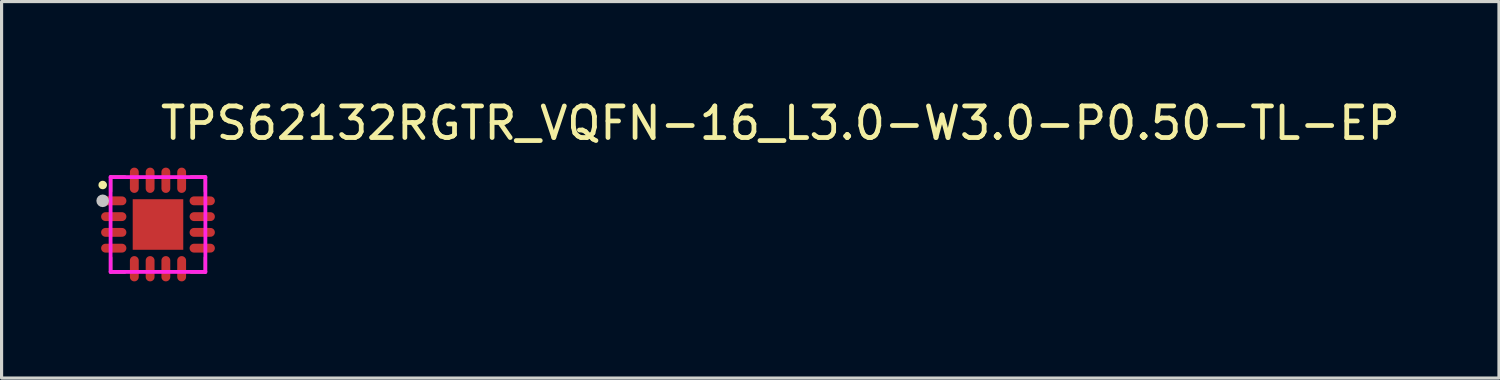
<source format=kicad_pcb>
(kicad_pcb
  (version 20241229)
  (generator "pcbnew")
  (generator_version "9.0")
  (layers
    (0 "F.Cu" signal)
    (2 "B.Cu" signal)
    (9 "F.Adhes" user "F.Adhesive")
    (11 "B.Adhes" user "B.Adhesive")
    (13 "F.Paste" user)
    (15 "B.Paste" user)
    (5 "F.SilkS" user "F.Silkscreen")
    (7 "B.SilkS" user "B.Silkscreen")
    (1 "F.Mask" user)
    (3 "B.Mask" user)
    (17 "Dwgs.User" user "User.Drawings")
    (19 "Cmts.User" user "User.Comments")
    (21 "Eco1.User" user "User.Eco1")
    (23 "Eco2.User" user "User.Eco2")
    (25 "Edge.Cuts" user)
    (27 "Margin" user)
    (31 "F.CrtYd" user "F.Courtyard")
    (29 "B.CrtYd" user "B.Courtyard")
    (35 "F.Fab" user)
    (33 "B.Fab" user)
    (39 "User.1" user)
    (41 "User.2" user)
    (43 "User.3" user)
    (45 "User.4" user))
  (footprint "TPS62132RGTR_VQFN-16_L3.0-W3.0-P0.50-TL-EP"
    (layer "F.Cu")
    (at 1.95 4.055)
    (property "Reference" "TPS62132RGTR_VQFN-16_L3.0-W3.0-P0.50-TL-EP" (at 0 -3.207 0) (layer "F.SilkS") (effects (font (size 1 1) (thickness 0.15)) (justify left)))
    (attr through_hole)
    (fp_line (start -1.5 -1.5) (end -1.5 -1.044) (stroke (width 0.102) (type solid)) (layer "F.SilkS"))
    (fp_line (start -1.5 1.044) (end -1.5 1.5) (stroke (width 0.102) (type solid)) (layer "F.SilkS"))
    (fp_line (start -1.5 1.5) (end -1.044 1.5) (stroke (width 0.102) (type solid)) (layer "F.SilkS"))
    (fp_line (start -1.044 -1.5) (end -1.5 -1.5) (stroke (width 0.102) (type solid)) (layer "F.SilkS"))
    (fp_line (start 1.044 1.5) (end 1.5 1.5) (stroke (width 0.102) (type solid)) (layer "F.SilkS"))
    (fp_line (start 1.5 -1.5) (end 1.044 -1.5) (stroke (width 0.102) (type solid)) (layer "F.SilkS"))
    (fp_line (start 1.5 -1.5) (end 1.5 -1.044) (stroke (width 0.102) (type solid)) (layer "F.SilkS"))
    (fp_line (start 1.5 1.044) (end 1.5 1.5) (stroke (width 0.102) (type solid)) (layer "F.SilkS"))
    (fp_arc (start -1.74 -1.249) (mid -1.760046 -1.249723) (end -1.74007 -1.25155) (stroke (width 0.25) (type solid)) (layer "F.SilkS"))
    (fp_poly (pts (xy -0.64 -0.64) (xy 0.64 -0.64) (xy 0.64 0.64) (xy -0.64 0.64)) (stroke (width 0.12) (type solid)) (fill yes) (layer "F.Paste"))
    (fp_poly (pts (xy -1.66 -0.609) (xy -1.687 -0.612) (xy -1.713 -0.62) (xy -1.737 -0.633) (xy -1.759 -0.65) (xy -1.776 -0.671) (xy -1.789 -0.696) (xy -1.797 -0.722) (xy -1.8 -0.749) (xy -1.797 -0.776) (xy -1.789 -0.803) (xy -1.776 -0.827) (xy -1.759 -0.848) (xy -1.737 -0.866) (xy -1.713 -0.878) (xy -1.687 -0.886) (xy -1.66 -0.889) (xy -1.139 -0.889) (xy -1.112 -0.886) (xy -1.086 -0.878) (xy -1.062 -0.866) (xy -1.04 -0.848) (xy -1.023 -0.827) (xy -1.01 -0.803) (xy -1.002 -0.776) (xy -0.999 -0.749) (xy -1.002 -0.722) (xy -1.01 -0.696) (xy -1.023 -0.671) (xy -1.04 -0.65) (xy -1.062 -0.633) (xy -1.086 -0.62) (xy -1.112 -0.612) (xy -1.139 -0.609)) (stroke (width 0.12) (type solid)) (fill yes) (layer "F.Paste"))
    (fp_poly (pts (xy -1.66 -0.109) (xy -1.687 -0.111) (xy -1.713 -0.119) (xy -1.737 -0.132) (xy -1.759 -0.15) (xy -1.776 -0.171) (xy -1.789 -0.195) (xy -1.797 -0.221) (xy -1.8 -0.249) (xy -1.797 -0.276) (xy -1.789 -0.302) (xy -1.776 -0.327) (xy -1.759 -0.348) (xy -1.737 -0.365) (xy -1.713 -0.378) (xy -1.687 -0.386) (xy -1.66 -0.389) (xy -1.139 -0.389) (xy -1.112 -0.386) (xy -1.086 -0.378) (xy -1.062 -0.365) (xy -1.04 -0.348) (xy -1.023 -0.327) (xy -1.01 -0.302) (xy -1.002 -0.276) (xy -0.999 -0.249) (xy -1.002 -0.221) (xy -1.01 -0.195) (xy -1.023 -0.171) (xy -1.04 -0.15) (xy -1.062 -0.132) (xy -1.086 -0.119) (xy -1.112 -0.111) (xy -1.139 -0.109)) (stroke (width 0.12) (type solid)) (fill yes) (layer "F.Paste"))
    (fp_poly (pts (xy -1.66 0.389) (xy -1.687 0.386) (xy -1.713 0.378) (xy -1.737 0.365) (xy -1.759 0.348) (xy -1.776 0.327) (xy -1.789 0.303) (xy -1.797 0.276) (xy -1.8 0.249) (xy -1.797 0.222) (xy -1.789 0.195) (xy -1.776 0.171) (xy -1.759 0.15) (xy -1.737 0.133) (xy -1.713 0.12) (xy -1.687 0.112) (xy -1.66 0.109) (xy -1.139 0.109) (xy -1.112 0.112) (xy -1.086 0.12) (xy -1.062 0.133) (xy -1.04 0.15) (xy -1.023 0.171) (xy -1.01 0.195) (xy -1.002 0.222) (xy -0.999 0.249) (xy -1.002 0.276) (xy -1.01 0.303) (xy -1.023 0.327) (xy -1.04 0.348) (xy -1.062 0.365) (xy -1.086 0.378) (xy -1.112 0.386) (xy -1.139 0.389)) (stroke (width 0.12) (type solid)) (fill yes) (layer "F.Paste"))
    (fp_poly (pts (xy -1.66 0.89) (xy -1.687 0.887) (xy -1.713 0.879) (xy -1.737 0.866) (xy -1.759 0.848) (xy -1.776 0.827) (xy -1.789 0.803) (xy -1.797 0.777) (xy -1.8 0.749) (xy -1.797 0.722) (xy -1.789 0.696) (xy -1.776 0.672) (xy -1.759 0.65) (xy -1.737 0.633) (xy -1.713 0.62) (xy -1.687 0.612) (xy -1.66 0.609) (xy -1.139 0.609) (xy -1.112 0.612) (xy -1.086 0.62) (xy -1.062 0.633) (xy -1.04 0.65) (xy -1.023 0.672) (xy -1.01 0.696) (xy -1.002 0.722) (xy -0.999 0.749) (xy -1.002 0.777) (xy -1.01 0.803) (xy -1.023 0.827) (xy -1.04 0.848) (xy -1.062 0.866) (xy -1.086 0.879) (xy -1.112 0.887) (xy -1.139 0.889)) (stroke (width 0.12) (type solid)) (fill yes) (layer "F.Paste"))
    (fp_poly (pts (xy -0.889 -1.659) (xy -0.887 -1.687) (xy -0.879 -1.713) (xy -0.866 -1.737) (xy -0.848 -1.758) (xy -0.827 -1.776) (xy -0.803 -1.789) (xy -0.777 -1.797) (xy -0.749 -1.799) (xy -0.722 -1.797) (xy -0.696 -1.789) (xy -0.671 -1.776) (xy -0.65 -1.758) (xy -0.633 -1.737) (xy -0.62 -1.713) (xy -0.612 -1.687) (xy -0.609 -1.659) (xy -0.609 -1.139) (xy -0.612 -1.112) (xy -0.62 -1.086) (xy -0.633 -1.062) (xy -0.65 -1.04) (xy -0.671 -1.023) (xy -0.696 -1.01) (xy -0.722 -1.002) (xy -0.749 -0.999) (xy -0.777 -1.002) (xy -0.803 -1.01) (xy -0.827 -1.023) (xy -0.848 -1.04) (xy -0.866 -1.062) (xy -0.879 -1.086) (xy -0.887 -1.112) (xy -0.889 -1.139)) (stroke (width 0.12) (type solid)) (fill yes) (layer "F.Paste"))
    (fp_poly (pts (xy -0.889 1.14) (xy -0.887 1.112) (xy -0.879 1.086) (xy -0.866 1.062) (xy -0.848 1.041) (xy -0.827 1.023) (xy -0.803 1.01) (xy -0.777 1.002) (xy -0.749 1) (xy -0.722 1.002) (xy -0.696 1.01) (xy -0.671 1.023) (xy -0.65 1.041) (xy -0.633 1.062) (xy -0.62 1.086) (xy -0.612 1.112) (xy -0.609 1.14) (xy -0.609 1.66) (xy -0.612 1.687) (xy -0.62 1.713) (xy -0.633 1.738) (xy -0.65 1.759) (xy -0.671 1.776) (xy -0.696 1.789) (xy -0.722 1.797) (xy -0.749 1.8) (xy -0.777 1.797) (xy -0.803 1.789) (xy -0.827 1.776) (xy -0.848 1.759) (xy -0.866 1.738) (xy -0.879 1.713) (xy -0.887 1.687) (xy -0.889 1.66)) (stroke (width 0.12) (type solid)) (fill yes) (layer "F.Paste"))
    (fp_poly (pts (xy -0.389 -1.659) (xy -0.386 -1.687) (xy -0.378 -1.713) (xy -0.365 -1.737) (xy -0.348 -1.758) (xy -0.327 -1.776) (xy -0.302 -1.789) (xy -0.276 -1.797) (xy -0.249 -1.799) (xy -0.222 -1.797) (xy -0.195 -1.789) (xy -0.171 -1.776) (xy -0.15 -1.758) (xy -0.132 -1.737) (xy -0.12 -1.713) (xy -0.112 -1.687) (xy -0.109 -1.659) (xy -0.109 -1.139) (xy -0.112 -1.112) (xy -0.12 -1.086) (xy -0.132 -1.062) (xy -0.15 -1.04) (xy -0.171 -1.023) (xy -0.195 -1.01) (xy -0.222 -1.002) (xy -0.249 -0.999) (xy -0.276 -1.002) (xy -0.302 -1.01) (xy -0.327 -1.023) (xy -0.348 -1.04) (xy -0.365 -1.062) (xy -0.378 -1.086) (xy -0.386 -1.112) (xy -0.389 -1.139)) (stroke (width 0.12) (type solid)) (fill yes) (layer "F.Paste"))
    (fp_poly (pts (xy -0.389 1.14) (xy -0.386 1.112) (xy -0.378 1.086) (xy -0.365 1.062) (xy -0.348 1.041) (xy -0.327 1.023) (xy -0.302 1.01) (xy -0.276 1.002) (xy -0.249 1) (xy -0.222 1.002) (xy -0.195 1.01) (xy -0.171 1.023) (xy -0.15 1.041) (xy -0.132 1.062) (xy -0.12 1.086) (xy -0.112 1.112) (xy -0.109 1.14) (xy -0.109 1.66) (xy -0.112 1.687) (xy -0.12 1.713) (xy -0.132 1.738) (xy -0.15 1.759) (xy -0.171 1.776) (xy -0.195 1.789) (xy -0.222 1.797) (xy -0.249 1.8) (xy -0.276 1.797) (xy -0.302 1.789) (xy -0.327 1.776) (xy -0.348 1.759) (xy -0.365 1.738) (xy -0.378 1.713) (xy -0.386 1.687) (xy -0.389 1.66)) (stroke (width 0.12) (type solid)) (fill yes) (layer "F.Paste"))
    (fp_poly (pts (xy 0.109 -1.659) (xy 0.112 -1.687) (xy 0.12 -1.713) (xy 0.133 -1.737) (xy 0.15 -1.758) (xy 0.171 -1.776) (xy 0.195 -1.789) (xy 0.222 -1.797) (xy 0.249 -1.799) (xy 0.276 -1.797) (xy 0.302 -1.789) (xy 0.327 -1.776) (xy 0.348 -1.758) (xy 0.365 -1.737) (xy 0.378 -1.713) (xy 0.386 -1.687) (xy 0.389 -1.659) (xy 0.389 -1.139) (xy 0.386 -1.112) (xy 0.378 -1.086) (xy 0.365 -1.062) (xy 0.348 -1.04) (xy 0.327 -1.023) (xy 0.302 -1.01) (xy 0.276 -1.002) (xy 0.249 -0.999) (xy 0.222 -1.002) (xy 0.195 -1.01) (xy 0.171 -1.023) (xy 0.15 -1.04) (xy 0.133 -1.062) (xy 0.12 -1.086) (xy 0.112 -1.112) (xy 0.109 -1.139)) (stroke (width 0.12) (type solid)) (fill yes) (layer "F.Paste"))
    (fp_poly (pts (xy 0.109 1.14) (xy 0.112 1.112) (xy 0.12 1.086) (xy 0.133 1.062) (xy 0.15 1.041) (xy 0.171 1.023) (xy 0.195 1.01) (xy 0.222 1.002) (xy 0.249 1) (xy 0.276 1.002) (xy 0.302 1.01) (xy 0.327 1.023) (xy 0.348 1.041) (xy 0.365 1.062) (xy 0.378 1.086) (xy 0.386 1.112) (xy 0.389 1.14) (xy 0.389 1.66) (xy 0.386 1.687) (xy 0.378 1.713) (xy 0.365 1.738) (xy 0.348 1.759) (xy 0.327 1.776) (xy 0.302 1.789) (xy 0.276 1.797) (xy 0.249 1.8) (xy 0.222 1.797) (xy 0.195 1.789) (xy 0.171 1.776) (xy 0.15 1.759) (xy 0.133 1.738) (xy 0.12 1.713) (xy 0.112 1.687) (xy 0.109 1.66)) (stroke (width 0.12) (type solid)) (fill yes) (layer "F.Paste"))
    (fp_poly (pts (xy 0.609 -1.659) (xy 0.612 -1.687) (xy 0.62 -1.713) (xy 0.633 -1.737) (xy 0.65 -1.758) (xy 0.672 -1.776) (xy 0.696 -1.789) (xy 0.722 -1.797) (xy 0.749 -1.799) (xy 0.777 -1.797) (xy 0.803 -1.789) (xy 0.827 -1.776) (xy 0.848 -1.758) (xy 0.866 -1.737) (xy 0.879 -1.713) (xy 0.887 -1.687) (xy 0.889 -1.659) (xy 0.889 -1.139) (xy 0.887 -1.112) (xy 0.879 -1.086) (xy 0.866 -1.062) (xy 0.848 -1.04) (xy 0.827 -1.023) (xy 0.803 -1.01) (xy 0.777 -1.002) (xy 0.749 -0.999) (xy 0.722 -1.002) (xy 0.696 -1.01) (xy 0.672 -1.023) (xy 0.65 -1.04) (xy 0.633 -1.062) (xy 0.62 -1.086) (xy 0.612 -1.112) (xy 0.609 -1.139)) (stroke (width 0.12) (type solid)) (fill yes) (layer "F.Paste"))
    (fp_poly (pts (xy 0.609 1.14) (xy 0.612 1.112) (xy 0.62 1.086) (xy 0.633 1.062) (xy 0.65 1.041) (xy 0.672 1.023) (xy 0.696 1.01) (xy 0.722 1.002) (xy 0.749 1) (xy 0.777 1.002) (xy 0.803 1.01) (xy 0.827 1.023) (xy 0.848 1.041) (xy 0.866 1.062) (xy 0.879 1.086) (xy 0.887 1.112) (xy 0.889 1.14) (xy 0.889 1.66) (xy 0.887 1.687) (xy 0.879 1.713) (xy 0.866 1.738) (xy 0.848 1.759) (xy 0.827 1.776) (xy 0.803 1.789) (xy 0.777 1.797) (xy 0.749 1.8) (xy 0.722 1.797) (xy 0.696 1.789) (xy 0.672 1.776) (xy 0.65 1.759) (xy 0.633 1.738) (xy 0.62 1.713) (xy 0.612 1.687) (xy 0.609 1.66)) (stroke (width 0.12) (type solid)) (fill yes) (layer "F.Paste"))
    (fp_poly (pts (xy 1.14 -0.609) (xy 1.112 -0.612) (xy 1.086 -0.62) (xy 1.062 -0.633) (xy 1.041 -0.65) (xy 1.023 -0.671) (xy 1.01 -0.696) (xy 1.002 -0.722) (xy 1 -0.749) (xy 1.002 -0.776) (xy 1.01 -0.803) (xy 1.023 -0.827) (xy 1.041 -0.848) (xy 1.062 -0.866) (xy 1.086 -0.878) (xy 1.112 -0.886) (xy 1.14 -0.889) (xy 1.66 -0.889) (xy 1.687 -0.886) (xy 1.713 -0.878) (xy 1.737 -0.866) (xy 1.759 -0.848) (xy 1.776 -0.827) (xy 1.789 -0.803) (xy 1.797 -0.776) (xy 1.8 -0.749) (xy 1.797 -0.722) (xy 1.789 -0.696) (xy 1.776 -0.671) (xy 1.759 -0.65) (xy 1.737 -0.633) (xy 1.713 -0.62) (xy 1.687 -0.612) (xy 1.66 -0.609)) (stroke (width 0.12) (type solid)) (fill yes) (layer "F.Paste"))
    (fp_poly (pts (xy 1.14 -0.109) (xy 1.112 -0.111) (xy 1.086 -0.119) (xy 1.062 -0.132) (xy 1.041 -0.15) (xy 1.023 -0.171) (xy 1.01 -0.195) (xy 1.002 -0.221) (xy 1 -0.249) (xy 1.002 -0.276) (xy 1.01 -0.302) (xy 1.023 -0.327) (xy 1.041 -0.348) (xy 1.062 -0.365) (xy 1.086 -0.378) (xy 1.112 -0.386) (xy 1.14 -0.389) (xy 1.66 -0.389) (xy 1.687 -0.386) (xy 1.713 -0.378) (xy 1.737 -0.365) (xy 1.759 -0.348) (xy 1.776 -0.327) (xy 1.789 -0.302) (xy 1.797 -0.276) (xy 1.8 -0.249) (xy 1.797 -0.221) (xy 1.789 -0.195) (xy 1.776 -0.171) (xy 1.759 -0.15) (xy 1.737 -0.132) (xy 1.713 -0.119) (xy 1.687 -0.111) (xy 1.66 -0.109)) (stroke (width 0.12) (type solid)) (fill yes) (layer "F.Paste"))
    (fp_poly (pts (xy 1.14 0.389) (xy 1.112 0.386) (xy 1.086 0.378) (xy 1.062 0.365) (xy 1.041 0.348) (xy 1.023 0.327) (xy 1.01 0.303) (xy 1.002 0.276) (xy 1 0.249) (xy 1.002 0.222) (xy 1.01 0.195) (xy 1.023 0.171) (xy 1.041 0.15) (xy 1.062 0.133) (xy 1.086 0.12) (xy 1.112 0.112) (xy 1.14 0.109) (xy 1.66 0.109) (xy 1.687 0.112) (xy 1.713 0.12) (xy 1.737 0.133) (xy 1.759 0.15) (xy 1.776 0.171) (xy 1.789 0.195) (xy 1.797 0.222) (xy 1.8 0.249) (xy 1.797 0.276) (xy 1.789 0.303) (xy 1.776 0.327) (xy 1.759 0.348) (xy 1.737 0.365) (xy 1.713 0.378) (xy 1.687 0.386) (xy 1.66 0.389)) (stroke (width 0.12) (type solid)) (fill yes) (layer "F.Paste"))
    (fp_poly (pts (xy 1.14 0.89) (xy 1.112 0.887) (xy 1.086 0.879) (xy 1.062 0.866) (xy 1.041 0.848) (xy 1.023 0.827) (xy 1.01 0.803) (xy 1.002 0.777) (xy 1 0.749) (xy 1.002 0.722) (xy 1.01 0.696) (xy 1.023 0.672) (xy 1.041 0.65) (xy 1.062 0.633) (xy 1.086 0.62) (xy 1.112 0.612) (xy 1.14 0.609) (xy 1.66 0.609) (xy 1.687 0.612) (xy 1.713 0.62) (xy 1.737 0.633) (xy 1.759 0.65) (xy 1.776 0.672) (xy 1.789 0.696) (xy 1.797 0.722) (xy 1.8 0.749) (xy 1.797 0.777) (xy 1.789 0.803) (xy 1.776 0.827) (xy 1.759 0.848) (xy 1.737 0.866) (xy 1.713 0.879) (xy 1.687 0.887) (xy 1.66 0.889)) (stroke (width 0.12) (type solid)) (fill yes) (layer "F.Paste"))
    (fp_circle (center -1.75 -0.75) (end -1.65 -0.75) (stroke (width 0.2) (type solid)) (fill no) (layer "Dwgs.User"))
    (fp_circle (center -1.45 -1.45) (end -1.4 -1.45) (stroke (width 0.1) (type solid)) (fill no) (layer "Eco2.User"))
    (fp_poly (pts (xy -1.1 -0.874) (xy -1.1 -0.624) (xy -1.5 -0.624) (xy -1.5 -0.874)) (stroke (width 0.12) (type solid)) (fill no) (layer "Eco2.User"))
    (fp_poly (pts (xy -1.1 -0.374) (xy -1.1 -0.124) (xy -1.5 -0.124) (xy -1.5 -0.374)) (stroke (width 0.12) (type solid)) (fill no) (layer "Eco2.User"))
    (fp_poly (pts (xy -1.1 0.124) (xy -1.1 0.374) (xy -1.5 0.374) (xy -1.5 0.124)) (stroke (width 0.12) (type solid)) (fill no) (layer "Eco2.User"))
    (fp_poly (pts (xy -1.1 0.624) (xy -1.1 0.874) (xy -1.5 0.874) (xy -1.5 0.624)) (stroke (width 0.12) (type solid)) (fill no) (layer "Eco2.User"))
    (fp_poly (pts (xy -0.874 -1.5) (xy -0.624 -1.5) (xy -0.624 -1.1) (xy -0.874 -1.1)) (stroke (width 0.12) (type solid)) (fill no) (layer "Eco2.User"))
    (fp_poly (pts (xy -0.874 1.1) (xy -0.624 1.1) (xy -0.624 1.5) (xy -0.874 1.5)) (stroke (width 0.12) (type solid)) (fill no) (layer "Eco2.User"))
    (fp_poly (pts (xy -0.8 -0.8) (xy 0.8 -0.8) (xy 0.8 0.8) (xy -0.8 0.8)) (stroke (width 0.12) (type solid)) (fill no) (layer "Eco2.User"))
    (fp_poly (pts (xy -0.374 -1.5) (xy -0.124 -1.5) (xy -0.124 -1.1) (xy -0.374 -1.1)) (stroke (width 0.12) (type solid)) (fill no) (layer "Eco2.User"))
    (fp_poly (pts (xy -0.374 1.1) (xy -0.124 1.1) (xy -0.124 1.5) (xy -0.374 1.5)) (stroke (width 0.12) (type solid)) (fill no) (layer "Eco2.User"))
    (fp_poly (pts (xy 0.124 -1.5) (xy 0.374 -1.5) (xy 0.374 -1.1) (xy 0.124 -1.1)) (stroke (width 0.12) (type solid)) (fill no) (layer "Eco2.User"))
    (fp_poly (pts (xy 0.124 1.1) (xy 0.374 1.1) (xy 0.374 1.5) (xy 0.124 1.5)) (stroke (width 0.12) (type solid)) (fill no) (layer "Eco2.User"))
    (fp_poly (pts (xy 0.624 -1.5) (xy 0.874 -1.5) (xy 0.874 -1.1) (xy 0.624 -1.1)) (stroke (width 0.12) (type solid)) (fill no) (layer "Eco2.User"))
    (fp_poly (pts (xy 0.624 1.1) (xy 0.874 1.1) (xy 0.874 1.5) (xy 0.624 1.5)) (stroke (width 0.12) (type solid)) (fill no) (layer "Eco2.User"))
    (fp_poly (pts (xy 1.5 -0.874) (xy 1.5 -0.624) (xy 1.1 -0.624) (xy 1.1 -0.874)) (stroke (width 0.12) (type solid)) (fill no) (layer "Eco2.User"))
    (fp_poly (pts (xy 1.5 -0.374) (xy 1.5 -0.124) (xy 1.1 -0.124) (xy 1.1 -0.374)) (stroke (width 0.12) (type solid)) (fill no) (layer "Eco2.User"))
    (fp_poly (pts (xy 1.5 0.124) (xy 1.5 0.374) (xy 1.1 0.374) (xy 1.1 0.124)) (stroke (width 0.12) (type solid)) (fill no) (layer "Eco2.User"))
    (fp_poly (pts (xy 1.5 0.624) (xy 1.5 0.874) (xy 1.1 0.874) (xy 1.1 0.624)) (stroke (width 0.12) (type solid)) (fill no) (layer "Eco2.User"))
    (fp_line (start -1.5 -1.5) (end 1.5 -1.5) (stroke (width 0.12) (type solid)) (layer "F.CrtYd"))
    (fp_line (start -1.5 1.5) (end -1.5 -1.5) (stroke (width 0.12) (type solid)) (layer "F.CrtYd"))
    (fp_line (start 1.5 -1.5) (end 1.5 1.5) (stroke (width 0.12) (type solid)) (layer "F.CrtYd"))
    (fp_line (start 1.5 1.5) (end -1.5 1.5) (stroke (width 0.12) (type solid)) (layer "F.CrtYd"))
    (pad "1" smd oval (at -1.4 -0.749 90) (size 0.28 0.8) (layers "F.Cu" "F.Mask" "F.Paste"))
    (pad "2" smd oval (at -1.4 -0.249 90) (size 0.28 0.8) (layers "F.Cu" "F.Mask" "F.Paste"))
    (pad "3" smd oval (at -1.4 0.249 90) (size 0.28 0.8) (layers "F.Cu" "F.Mask" "F.Paste"))
    (pad "4" smd oval (at -1.4 0.749 90) (size 0.28 0.8) (layers "F.Cu" "F.Mask" "F.Paste"))
    (pad "5" smd oval (at -0.749 1.4) (size 0.28 0.8) (layers "F.Cu" "F.Mask" "F.Paste"))
    (pad "6" smd oval (at -0.249 1.4) (size 0.28 0.8) (layers "F.Cu" "F.Mask" "F.Paste"))
    (pad "7" smd oval (at 0.249 1.4) (size 0.28 0.8) (layers "F.Cu" "F.Mask" "F.Paste"))
    (pad "8" smd oval (at 0.749 1.4) (size 0.28 0.8) (layers "F.Cu" "F.Mask" "F.Paste"))
    (pad "9" smd oval (at 1.4 0.749 90) (size 0.28 0.8) (layers "F.Cu" "F.Mask" "F.Paste"))
    (pad "10" smd oval (at 1.4 0.249 90) (size 0.28 0.8) (layers "F.Cu" "F.Mask" "F.Paste"))
    (pad "11" smd oval (at 1.4 -0.249 90) (size 0.28 0.8) (layers "F.Cu" "F.Mask" "F.Paste"))
    (pad "12" smd oval (at 1.4 -0.749 90) (size 0.28 0.8) (layers "F.Cu" "F.Mask" "F.Paste"))
    (pad "13" smd oval (at 0.749 -1.4) (size 0.28 0.8) (layers "F.Cu" "F.Mask" "F.Paste"))
    (pad "14" smd oval (at 0.249 -1.4) (size 0.28 0.8) (layers "F.Cu" "F.Mask" "F.Paste"))
    (pad "15" smd oval (at -0.249 -1.4) (size 0.28 0.8) (layers "F.Cu" "F.Mask" "F.Paste"))
    (pad "16" smd oval (at -0.749 -1.4) (size 0.28 0.8) (layers "F.Cu" "F.Mask" "F.Paste"))
    (pad "17" smd rect (at 0 0) (size 1.6 1.6) (layers "F.Cu" "F.Mask" "F.Paste")))
  (gr_rect
    (start -3 -3)
    (end 44.39 8.915)
    (stroke (width 0.1) (type default))
    (fill no)
    (layer "Edge.Cuts")))
</source>
